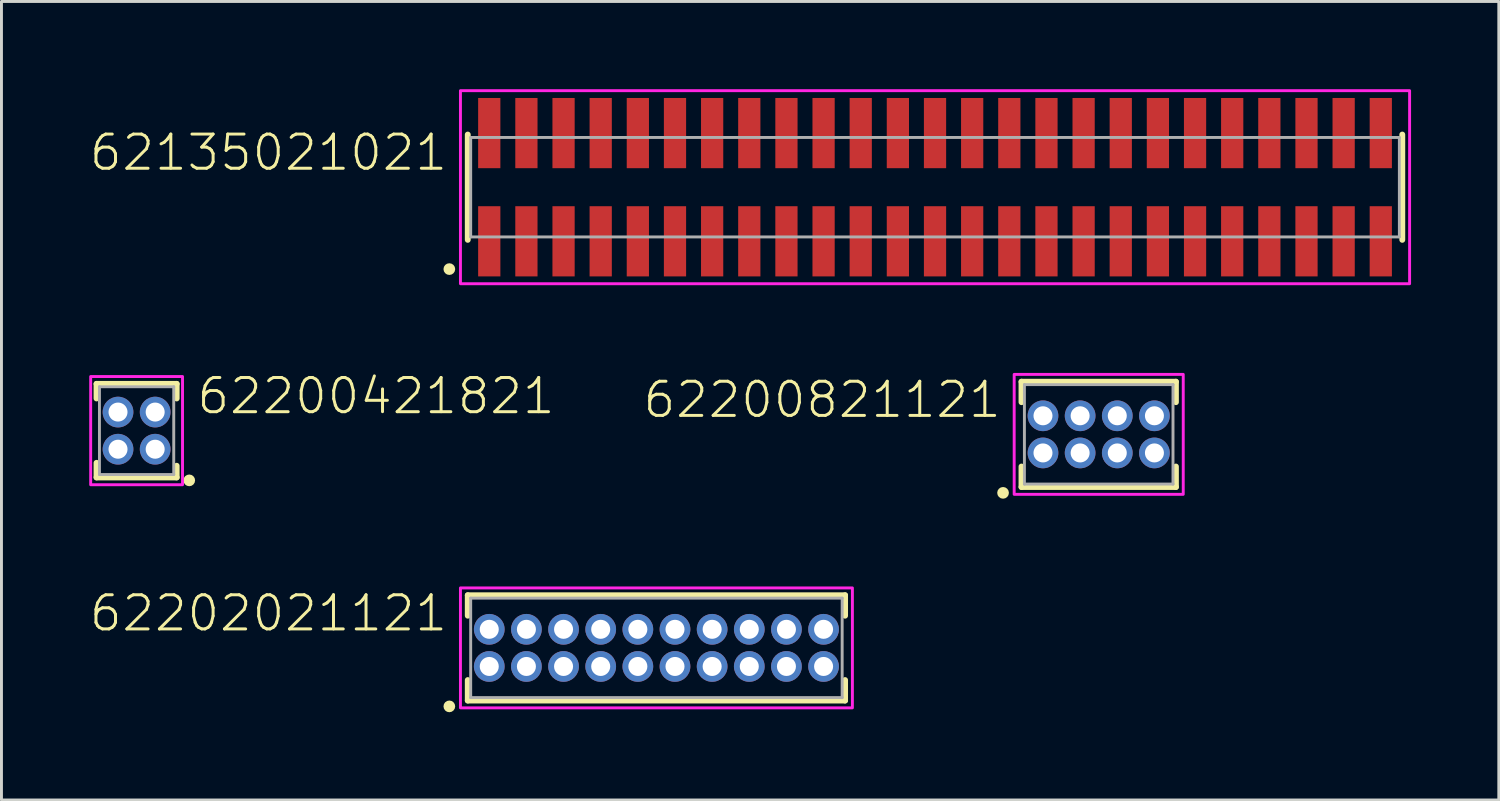
<source format=kicad_pcb>
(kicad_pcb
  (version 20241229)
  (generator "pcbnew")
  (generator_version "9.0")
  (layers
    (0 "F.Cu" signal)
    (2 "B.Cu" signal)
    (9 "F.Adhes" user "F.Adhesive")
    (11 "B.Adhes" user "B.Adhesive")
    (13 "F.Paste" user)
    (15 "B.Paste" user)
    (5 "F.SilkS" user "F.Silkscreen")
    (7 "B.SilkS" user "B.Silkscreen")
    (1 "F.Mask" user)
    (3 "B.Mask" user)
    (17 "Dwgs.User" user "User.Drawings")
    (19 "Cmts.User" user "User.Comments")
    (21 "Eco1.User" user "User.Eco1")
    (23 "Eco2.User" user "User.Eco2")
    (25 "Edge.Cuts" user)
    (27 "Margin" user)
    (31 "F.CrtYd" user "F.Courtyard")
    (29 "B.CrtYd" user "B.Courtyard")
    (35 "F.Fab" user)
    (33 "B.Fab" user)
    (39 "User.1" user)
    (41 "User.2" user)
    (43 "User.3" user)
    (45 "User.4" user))
  (footprint "62135021021"
    (layer "F.Cu")
    (at 28.917 3.35)
    (property "Reference" "62135021021" (at -16.605 -0.5 0) (unlocked yes) (layer "F.SilkS") (effects (font (size 1.168 1.168) (thickness 0.102)) (justify right bottom)))
    (fp_line (start -15.975 -1.8) (end -15.975 1.8) (stroke (width 0.2) (type solid)) (layer "F.SilkS"))
    (fp_line (start 15.975 1.8) (end 15.975 -1.8) (stroke (width 0.2) (type solid)) (layer "F.SilkS"))
    (fp_circle (center -16.605 2.8) (end -16.505 2.8) (stroke (width 0.2) (type solid)) (fill no) (layer "F.SilkS"))
    (fp_poly (pts (xy 16.225 3.3) (xy -16.225 3.3) (xy -16.225 -3.3) (xy 16.225 -3.3)) (stroke (width 0.1) (type default)) (fill no) (layer "F.CrtYd"))
    (fp_line (start -15.875 -1.7) (end -15.875 1.7) (stroke (width 0.1) (type solid)) (layer "F.Fab"))
    (fp_line (start -15.875 1.7) (end 15.875 1.7) (stroke (width 0.1) (type solid)) (layer "F.Fab"))
    (fp_line (start 15.875 -1.7) (end -15.875 -1.7) (stroke (width 0.1) (type solid)) (layer "F.Fab"))
    (fp_line (start 15.875 1.7) (end 15.875 -1.7) (stroke (width 0.1) (type solid)) (layer "F.Fab"))
    (pad "1" smd rect (at -15.24 1.85) (size 0.76 2.4) (layers "F.Cu" "F.Mask" "F.Paste"))
    (pad "2" smd rect (at -15.24 -1.85) (size 0.76 2.4) (layers "F.Cu" "F.Mask" "F.Paste"))
    (pad "3" smd rect (at -13.97 1.85) (size 0.76 2.4) (layers "F.Cu" "F.Mask" "F.Paste"))
    (pad "4" smd rect (at -13.97 -1.85) (size 0.76 2.4) (layers "F.Cu" "F.Mask" "F.Paste"))
    (pad "5" smd rect (at -12.7 1.85) (size 0.76 2.4) (layers "F.Cu" "F.Mask" "F.Paste"))
    (pad "6" smd rect (at -12.7 -1.85) (size 0.76 2.4) (layers "F.Cu" "F.Mask" "F.Paste"))
    (pad "7" smd rect (at -11.43 1.85) (size 0.76 2.4) (layers "F.Cu" "F.Mask" "F.Paste"))
    (pad "8" smd rect (at -11.43 -1.85) (size 0.76 2.4) (layers "F.Cu" "F.Mask" "F.Paste"))
    (pad "9" smd rect (at -10.16 1.85) (size 0.76 2.4) (layers "F.Cu" "F.Mask" "F.Paste"))
    (pad "10" smd rect (at -10.16 -1.85) (size 0.76 2.4) (layers "F.Cu" "F.Mask" "F.Paste"))
    (pad "11" smd rect (at -8.89 1.85) (size 0.76 2.4) (layers "F.Cu" "F.Mask" "F.Paste"))
    (pad "12" smd rect (at -8.89 -1.85) (size 0.76 2.4) (layers "F.Cu" "F.Mask" "F.Paste"))
    (pad "13" smd rect (at -7.62 1.85) (size 0.76 2.4) (layers "F.Cu" "F.Mask" "F.Paste"))
    (pad "14" smd rect (at -7.62 -1.85) (size 0.76 2.4) (layers "F.Cu" "F.Mask" "F.Paste"))
    (pad "15" smd rect (at -6.35 1.85) (size 0.76 2.4) (layers "F.Cu" "F.Mask" "F.Paste"))
    (pad "16" smd rect (at -6.35 -1.85) (size 0.76 2.4) (layers "F.Cu" "F.Mask" "F.Paste"))
    (pad "17" smd rect (at -5.08 1.85) (size 0.76 2.4) (layers "F.Cu" "F.Mask" "F.Paste"))
    (pad "18" smd rect (at -5.08 -1.85) (size 0.76 2.4) (layers "F.Cu" "F.Mask" "F.Paste"))
    (pad "19" smd rect (at -3.81 1.85) (size 0.76 2.4) (layers "F.Cu" "F.Mask" "F.Paste"))
    (pad "20" smd rect (at -3.81 -1.85) (size 0.76 2.4) (layers "F.Cu" "F.Mask" "F.Paste"))
    (pad "21" smd rect (at -2.54 1.85) (size 0.76 2.4) (layers "F.Cu" "F.Mask" "F.Paste"))
    (pad "22" smd rect (at -2.54 -1.85) (size 0.76 2.4) (layers "F.Cu" "F.Mask" "F.Paste"))
    (pad "23" smd rect (at -1.27 1.85) (size 0.76 2.4) (layers "F.Cu" "F.Mask" "F.Paste"))
    (pad "24" smd rect (at -1.27 -1.85) (size 0.76 2.4) (layers "F.Cu" "F.Mask" "F.Paste"))
    (pad "25" smd rect (at 0 1.85) (size 0.76 2.4) (layers "F.Cu" "F.Mask" "F.Paste"))
    (pad "26" smd rect (at 0 -1.85) (size 0.76 2.4) (layers "F.Cu" "F.Mask" "F.Paste"))
    (pad "27" smd rect (at 1.27 1.85) (size 0.76 2.4) (layers "F.Cu" "F.Mask" "F.Paste"))
    (pad "28" smd rect (at 1.27 -1.85) (size 0.76 2.4) (layers "F.Cu" "F.Mask" "F.Paste"))
    (pad "29" smd rect (at 2.54 1.85) (size 0.76 2.4) (layers "F.Cu" "F.Mask" "F.Paste"))
    (pad "30" smd rect (at 2.54 -1.85) (size 0.76 2.4) (layers "F.Cu" "F.Mask" "F.Paste"))
    (pad "31" smd rect (at 3.81 1.85) (size 0.76 2.4) (layers "F.Cu" "F.Mask" "F.Paste"))
    (pad "32" smd rect (at 3.81 -1.85) (size 0.76 2.4) (layers "F.Cu" "F.Mask" "F.Paste"))
    (pad "33" smd rect (at 5.08 1.85) (size 0.76 2.4) (layers "F.Cu" "F.Mask" "F.Paste"))
    (pad "34" smd rect (at 5.08 -1.85) (size 0.76 2.4) (layers "F.Cu" "F.Mask" "F.Paste"))
    (pad "35" smd rect (at 6.35 1.85) (size 0.76 2.4) (layers "F.Cu" "F.Mask" "F.Paste"))
    (pad "36" smd rect (at 6.35 -1.85) (size 0.76 2.4) (layers "F.Cu" "F.Mask" "F.Paste"))
    (pad "37" smd rect (at 7.62 1.85) (size 0.76 2.4) (layers "F.Cu" "F.Mask" "F.Paste"))
    (pad "38" smd rect (at 7.62 -1.85) (size 0.76 2.4) (layers "F.Cu" "F.Mask" "F.Paste"))
    (pad "39" smd rect (at 8.89 1.85) (size 0.76 2.4) (layers "F.Cu" "F.Mask" "F.Paste"))
    (pad "40" smd rect (at 8.89 -1.85) (size 0.76 2.4) (layers "F.Cu" "F.Mask" "F.Paste"))
    (pad "41" smd rect (at 10.16 1.85) (size 0.76 2.4) (layers "F.Cu" "F.Mask" "F.Paste"))
    (pad "42" smd rect (at 10.16 -1.85) (size 0.76 2.4) (layers "F.Cu" "F.Mask" "F.Paste"))
    (pad "43" smd rect (at 11.43 1.85) (size 0.76 2.4) (layers "F.Cu" "F.Mask" "F.Paste"))
    (pad "44" smd rect (at 11.43 -1.85) (size 0.76 2.4) (layers "F.Cu" "F.Mask" "F.Paste"))
    (pad "45" smd rect (at 12.7 1.85) (size 0.76 2.4) (layers "F.Cu" "F.Mask" "F.Paste"))
    (pad "46" smd rect (at 12.7 -1.85) (size 0.76 2.4) (layers "F.Cu" "F.Mask" "F.Paste"))
    (pad "47" smd rect (at 13.97 1.85) (size 0.76 2.4) (layers "F.Cu" "F.Mask" "F.Paste"))
    (pad "48" smd rect (at 13.97 -1.85) (size 0.76 2.4) (layers "F.Cu" "F.Mask" "F.Paste"))
    (pad "49" smd rect (at 15.24 1.85) (size 0.76 2.4) (layers "F.Cu" "F.Mask" "F.Paste"))
    (pad "50" smd rect (at 15.24 -1.85) (size 0.76 2.4) (layers "F.Cu" "F.Mask" "F.Paste")))
  (footprint "62200421821"
    (layer "F.Cu")
    (at 1.62 11.673)
    (property "Reference" "62200421821" (at 2 -0.5 0) (unlocked yes) (layer "F.SilkS") (effects (font (size 1.168 1.168) (thickness 0.102)) (justify left bottom)))
    (fp_line (start -1.37 -1.6) (end 1.37 -1.6) (stroke (width 0.2) (type solid)) (layer "F.SilkS"))
    (fp_line (start -1.37 -1.1) (end -1.37 -1.6) (stroke (width 0.2) (type solid)) (layer "F.SilkS"))
    (fp_line (start -1.37 1.1) (end -1.37 1.6) (stroke (width 0.2) (type solid)) (layer "F.SilkS"))
    (fp_line (start -1.37 1.6) (end 1.37 1.6) (stroke (width 0.2) (type solid)) (layer "F.SilkS"))
    (fp_line (start 1.37 -1.6) (end 1.37 -1.1) (stroke (width 0.2) (type solid)) (layer "F.SilkS"))
    (fp_line (start 1.37 1.6) (end 1.37 1.2) (stroke (width 0.2) (type solid)) (layer "F.SilkS"))
    (fp_circle (center 1.8 1.7) (end 1.9 1.7) (stroke (width 0.2) (type solid)) (fill no) (layer "F.SilkS"))
    (fp_poly (pts (xy 1.57 1.85) (xy -1.57 1.85) (xy -1.57 -1.85) (xy 1.57 -1.85)) (stroke (width 0.1) (type default)) (fill no) (layer "F.CrtYd"))
    (fp_line (start -1.27 -1.5) (end -1.27 1.5) (stroke (width 0.1) (type solid)) (layer "F.Fab"))
    (fp_line (start -1.27 1.5) (end 1.27 1.5) (stroke (width 0.1) (type solid)) (layer "F.Fab"))
    (fp_line (start 1.27 -1.5) (end -1.27 -1.5) (stroke (width 0.1) (type solid)) (layer "F.Fab"))
    (fp_line (start 1.27 1.5) (end 1.27 -1.5) (stroke (width 0.1) (type solid)) (layer "F.Fab"))
    (pad "1" thru_hole circle (at 0.635 0.635 180) (size 1.05 1.05) (drill 0.65) (layers "*.Cu" "*.Mask"))
    (pad "2" thru_hole circle (at 0.635 -0.635 180) (size 1.05 1.05) (drill 0.65) (layers "*.Cu" "*.Mask"))
    (pad "3" thru_hole circle (at -0.635 0.635 180) (size 1.05 1.05) (drill 0.65) (layers "*.Cu" "*.Mask"))
    (pad "4" thru_hole circle (at -0.635 -0.635 180) (size 1.05 1.05) (drill 0.65) (layers "*.Cu" "*.Mask")))
  (footprint "62200821121"
    (layer "F.Cu")
    (at 34.513 11.8)
    (property "Reference" "62200821121" (at -3.27 -0.5 0) (unlocked yes) (layer "F.SilkS") (effects (font (size 1.168 1.168) (thickness 0.102)) (justify right bottom)))
    (fp_line (start -2.64 -1.8) (end 2.64 -1.8) (stroke (width 0.2) (type solid)) (layer "F.SilkS"))
    (fp_line (start -2.64 -1.1) (end -2.64 -1.8) (stroke (width 0.2) (type solid)) (layer "F.SilkS"))
    (fp_line (start -2.64 1.1) (end -2.64 1.8) (stroke (width 0.2) (type solid)) (layer "F.SilkS"))
    (fp_line (start -2.64 1.8) (end 2.64 1.8) (stroke (width 0.2) (type solid)) (layer "F.SilkS"))
    (fp_line (start 2.64 -1.8) (end 2.64 -1.1) (stroke (width 0.2) (type solid)) (layer "F.SilkS"))
    (fp_line (start 2.64 1.8) (end 2.64 1.1) (stroke (width 0.2) (type solid)) (layer "F.SilkS"))
    (fp_circle (center -3.27 2) (end -3.17 2) (stroke (width 0.2) (type solid)) (fill no) (layer "F.SilkS"))
    (fp_poly (pts (xy 2.89 2.05) (xy -2.89 2.05) (xy -2.89 -2.05) (xy 2.89 -2.05)) (stroke (width 0.1) (type default)) (fill no) (layer "F.CrtYd"))
    (fp_line (start -2.54 -1.7) (end -2.54 1.7) (stroke (width 0.1) (type solid)) (layer "F.Fab"))
    (fp_line (start -2.54 1.7) (end 2.54 1.7) (stroke (width 0.1) (type solid)) (layer "F.Fab"))
    (fp_line (start 2.54 -1.7) (end -2.54 -1.7) (stroke (width 0.1) (type solid)) (layer "F.Fab"))
    (fp_line (start 2.54 1.7) (end 2.54 -1.7) (stroke (width 0.1) (type solid)) (layer "F.Fab"))
    (pad "1" thru_hole circle (at -1.905 0.635) (size 1.05 1.05) (drill 0.65) (layers "*.Cu" "*.Mask"))
    (pad "2" thru_hole circle (at -1.905 -0.635) (size 1.05 1.05) (drill 0.65) (layers "*.Cu" "*.Mask"))
    (pad "3" thru_hole circle (at -0.635 0.635) (size 1.05 1.05) (drill 0.65) (layers "*.Cu" "*.Mask"))
    (pad "4" thru_hole circle (at -0.635 -0.635) (size 1.05 1.05) (drill 0.65) (layers "*.Cu" "*.Mask"))
    (pad "5" thru_hole circle (at 0.635 0.635) (size 1.05 1.05) (drill 0.65) (layers "*.Cu" "*.Mask"))
    (pad "6" thru_hole circle (at 0.635 -0.635) (size 1.05 1.05) (drill 0.65) (layers "*.Cu" "*.Mask"))
    (pad "7" thru_hole circle (at 1.905 0.635) (size 1.05 1.05) (drill 0.65) (layers "*.Cu" "*.Mask"))
    (pad "8" thru_hole circle (at 1.905 -0.635) (size 1.05 1.05) (drill 0.65) (layers "*.Cu" "*.Mask")))
  (footprint "62202021121"
    (layer "F.Cu")
    (at 19.392 19.1)
    (property "Reference" "62202021121" (at -7.08 -0.5 0) (unlocked yes) (layer "F.SilkS") (effects (font (size 1.168 1.168) (thickness 0.102)) (justify right bottom)))
    (fp_line (start -6.45 -1.8) (end 6.45 -1.8) (stroke (width 0.2) (type solid)) (layer "F.SilkS"))
    (fp_line (start -6.45 -1.1) (end -6.45 -1.8) (stroke (width 0.2) (type solid)) (layer "F.SilkS"))
    (fp_line (start -6.45 1.1) (end -6.45 1.8) (stroke (width 0.2) (type solid)) (layer "F.SilkS"))
    (fp_line (start -6.45 1.8) (end 6.45 1.8) (stroke (width 0.2) (type solid)) (layer "F.SilkS"))
    (fp_line (start 6.45 -1.8) (end 6.45 -1.1) (stroke (width 0.2) (type solid)) (layer "F.SilkS"))
    (fp_line (start 6.45 1.8) (end 6.45 1.1) (stroke (width 0.2) (type solid)) (layer "F.SilkS"))
    (fp_circle (center -7.08 2) (end -6.98 2) (stroke (width 0.2) (type solid)) (fill no) (layer "F.SilkS"))
    (fp_poly (pts (xy 6.7 2.05) (xy -6.7 2.05) (xy -6.7 -2.05) (xy 6.7 -2.05)) (stroke (width 0.1) (type default)) (fill no) (layer "F.CrtYd"))
    (fp_line (start -6.35 -1.7) (end -6.35 1.7) (stroke (width 0.1) (type solid)) (layer "F.Fab"))
    (fp_line (start -6.35 1.7) (end 6.35 1.7) (stroke (width 0.1) (type solid)) (layer "F.Fab"))
    (fp_line (start 6.35 -1.7) (end -6.35 -1.7) (stroke (width 0.1) (type solid)) (layer "F.Fab"))
    (fp_line (start 6.35 1.7) (end 6.35 -1.7) (stroke (width 0.1) (type solid)) (layer "F.Fab"))
    (pad "1" thru_hole circle (at -5.715 0.635) (size 1.05 1.05) (drill 0.65) (layers "*.Cu" "*.Mask"))
    (pad "2" thru_hole circle (at -5.715 -0.635) (size 1.05 1.05) (drill 0.65) (layers "*.Cu" "*.Mask"))
    (pad "3" thru_hole circle (at -4.445 0.635) (size 1.05 1.05) (drill 0.65) (layers "*.Cu" "*.Mask"))
    (pad "4" thru_hole circle (at -4.445 -0.635) (size 1.05 1.05) (drill 0.65) (layers "*.Cu" "*.Mask"))
    (pad "5" thru_hole circle (at -3.175 0.635) (size 1.05 1.05) (drill 0.65) (layers "*.Cu" "*.Mask"))
    (pad "6" thru_hole circle (at -3.175 -0.635) (size 1.05 1.05) (drill 0.65) (layers "*.Cu" "*.Mask"))
    (pad "7" thru_hole circle (at -1.905 0.635) (size 1.05 1.05) (drill 0.65) (layers "*.Cu" "*.Mask"))
    (pad "8" thru_hole circle (at -1.905 -0.635) (size 1.05 1.05) (drill 0.65) (layers "*.Cu" "*.Mask"))
    (pad "9" thru_hole circle (at -0.635 0.635) (size 1.05 1.05) (drill 0.65) (layers "*.Cu" "*.Mask"))
    (pad "10" thru_hole circle (at -0.635 -0.635) (size 1.05 1.05) (drill 0.65) (layers "*.Cu" "*.Mask"))
    (pad "11" thru_hole circle (at 0.635 0.635) (size 1.05 1.05) (drill 0.65) (layers "*.Cu" "*.Mask"))
    (pad "12" thru_hole circle (at 0.635 -0.635) (size 1.05 1.05) (drill 0.65) (layers "*.Cu" "*.Mask"))
    (pad "13" thru_hole circle (at 1.905 0.635) (size 1.05 1.05) (drill 0.65) (layers "*.Cu" "*.Mask"))
    (pad "14" thru_hole circle (at 1.905 -0.635) (size 1.05 1.05) (drill 0.65) (layers "*.Cu" "*.Mask"))
    (pad "15" thru_hole circle (at 3.175 0.635) (size 1.05 1.05) (drill 0.65) (layers "*.Cu" "*.Mask"))
    (pad "16" thru_hole circle (at 3.175 -0.635) (size 1.05 1.05) (drill 0.65) (layers "*.Cu" "*.Mask"))
    (pad "17" thru_hole circle (at 4.445 0.635) (size 1.05 1.05) (drill 0.65) (layers "*.Cu" "*.Mask"))
    (pad "18" thru_hole circle (at 4.445 -0.635) (size 1.05 1.05) (drill 0.65) (layers "*.Cu" "*.Mask"))
    (pad "19" thru_hole circle (at 5.715 0.635) (size 1.05 1.05) (drill 0.65) (layers "*.Cu" "*.Mask"))
    (pad "20" thru_hole circle (at 5.715 -0.635) (size 1.05 1.05) (drill 0.65) (layers "*.Cu" "*.Mask")))
  (gr_rect
    (start -3 -3)
    (end 48.192 24.3)
    (stroke (width 0.1) (type default))
    (fill no)
    (layer "Edge.Cuts")))
</source>
